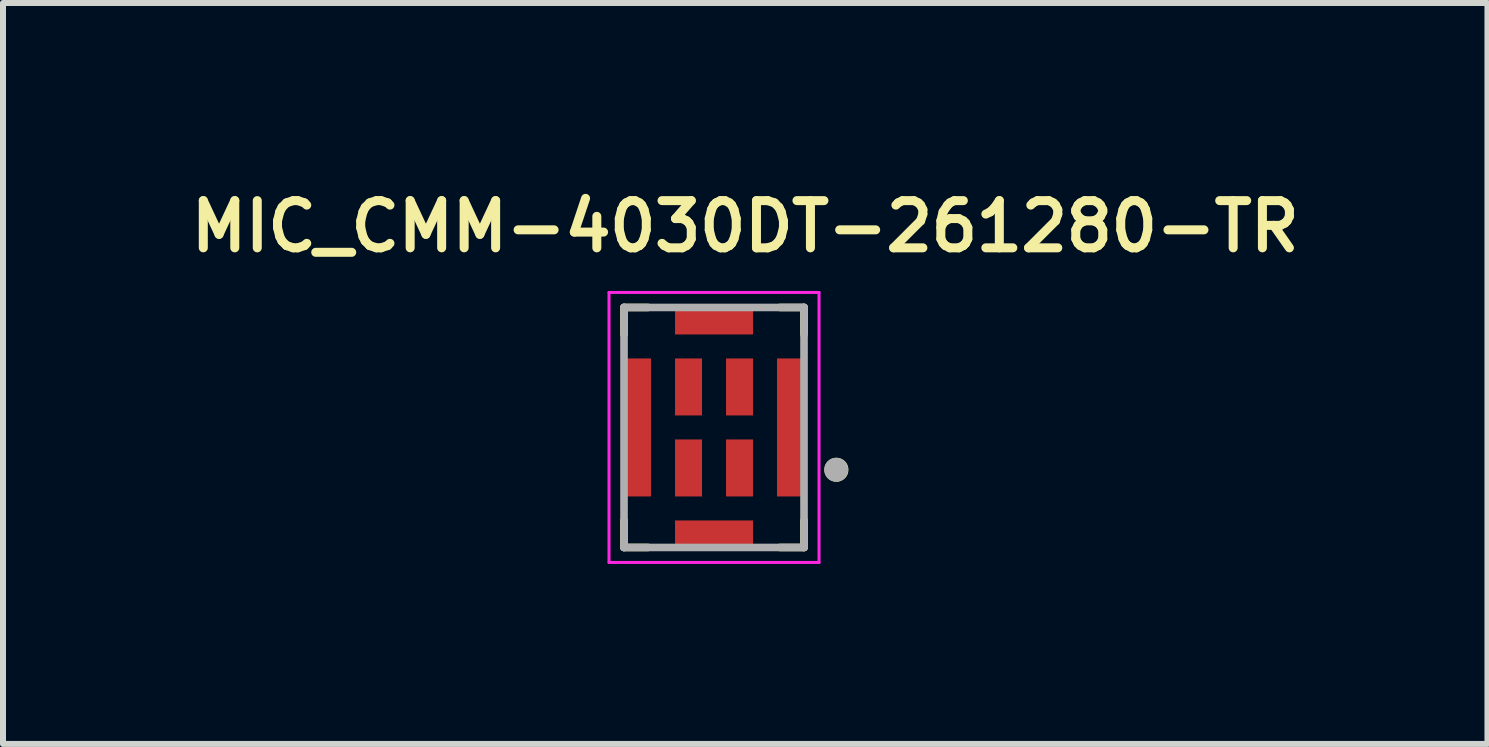
<source format=kicad_pcb>
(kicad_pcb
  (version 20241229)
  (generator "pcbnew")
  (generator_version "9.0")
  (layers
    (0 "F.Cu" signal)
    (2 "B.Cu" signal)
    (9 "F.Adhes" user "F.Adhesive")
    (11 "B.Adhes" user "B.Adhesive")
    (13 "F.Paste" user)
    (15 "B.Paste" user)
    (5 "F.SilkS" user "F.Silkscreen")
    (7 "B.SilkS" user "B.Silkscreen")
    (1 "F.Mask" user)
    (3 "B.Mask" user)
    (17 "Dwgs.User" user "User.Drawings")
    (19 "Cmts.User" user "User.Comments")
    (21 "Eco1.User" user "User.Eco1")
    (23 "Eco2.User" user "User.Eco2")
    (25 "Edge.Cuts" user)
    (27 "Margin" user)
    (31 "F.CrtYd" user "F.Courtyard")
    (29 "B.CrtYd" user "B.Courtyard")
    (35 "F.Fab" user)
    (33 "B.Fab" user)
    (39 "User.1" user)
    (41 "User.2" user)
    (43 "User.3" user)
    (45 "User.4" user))
  (footprint "MIC_CMM-4030DT-261280-TR"
    (layer "F.Cu")
    (at 8.85 4.074)
    (property "Reference" "MIC_CMM-4030DT-261280-TR" (at 0.52 -3.35 0) (layer "F.SilkS") (effects (font (size 0.787 0.787) (thickness 0.15))))
    (attr smd)
    (fp_line (start -1.5 -2) (end -1.5 -1.55) (stroke (width 0.127) (type solid)) (layer "F.SilkS"))
    (fp_line (start -1.5 -2) (end -1.1 -2) (stroke (width 0.127) (type solid)) (layer "F.SilkS"))
    (fp_line (start -1.5 1.55) (end -1.5 2) (stroke (width 0.127) (type solid)) (layer "F.SilkS"))
    (fp_line (start -1.5 2) (end -1.1 2) (stroke (width 0.127) (type solid)) (layer "F.SilkS"))
    (fp_line (start 1.5 -2) (end 1.1 -2) (stroke (width 0.127) (type solid)) (layer "F.SilkS"))
    (fp_line (start 1.5 -2) (end 1.5 -1.55) (stroke (width 0.127) (type solid)) (layer "F.SilkS"))
    (fp_line (start 1.5 1.55) (end 1.5 2) (stroke (width 0.127) (type solid)) (layer "F.SilkS"))
    (fp_line (start 1.5 2) (end 1.1 2) (stroke (width 0.127) (type solid)) (layer "F.SilkS"))
    (fp_circle (center 2.04 0.705) (end 2.14 0.705) (stroke (width 0.2) (type solid)) (fill no) (layer "F.SilkS"))
    (fp_line (start -1.75 -2.25) (end 1.75 -2.25) (stroke (width 0.05) (type solid)) (layer "F.CrtYd"))
    (fp_line (start -1.75 2.25) (end -1.75 -2.25) (stroke (width 0.05) (type solid)) (layer "F.CrtYd"))
    (fp_line (start 1.75 -2.25) (end 1.75 2.25) (stroke (width 0.05) (type solid)) (layer "F.CrtYd"))
    (fp_line (start 1.75 2.25) (end -1.75 2.25) (stroke (width 0.05) (type solid)) (layer "F.CrtYd"))
    (fp_line (start -1.5 -2) (end 1.5 -2) (stroke (width 0.127) (type solid)) (layer "F.Fab"))
    (fp_line (start -1.5 2) (end -1.5 -2) (stroke (width 0.127) (type solid)) (layer "F.Fab"))
    (fp_line (start 1.5 -2) (end 1.5 2) (stroke (width 0.127) (type solid)) (layer "F.Fab"))
    (fp_line (start 1.5 2) (end -1.5 2) (stroke (width 0.127) (type solid)) (layer "F.Fab"))
    (fp_circle (center 2.035 0.705) (end 2.135 0.705) (stroke (width 0.2) (type solid)) (fill no) (layer "F.Fab"))
    (pad "1" smd rect (at 0.425 0.675) (size 0.45 0.95) (layers "F.Cu" "F.Mask" "F.Paste"))
    (pad "2" smd rect (at 0.425 -0.675) (size 0.45 0.95) (layers "F.Cu" "F.Mask" "F.Paste"))
    (pad "3" smd rect (at -0.425 -0.675) (size 0.45 0.95) (layers "F.Cu" "F.Mask" "F.Paste"))
    (pad "4" smd rect (at -0.425 0.675) (size 0.45 0.95) (layers "F.Cu" "F.Mask" "F.Paste"))
    (pad "5" smd rect (at 0 1.775) (size 1.3 0.45) (layers "F.Cu" "F.Mask" "F.Paste"))
    (pad "6" smd rect (at 1.275 0) (size 0.45 2.3) (layers "F.Cu" "F.Mask" "F.Paste"))
    (pad "7" smd rect (at 0 -1.775) (size 1.3 0.45) (layers "F.Cu" "F.Mask" "F.Paste"))
    (pad "8" smd rect (at -1.275 0) (size 0.45 2.3) (layers "F.Cu" "F.Mask" "F.Paste")))
  (gr_rect
    (start -3 -3)
    (end 21.74 9.349)
    (stroke (width 0.1) (type default))
    (fill no)
    (layer "Edge.Cuts")))
</source>
